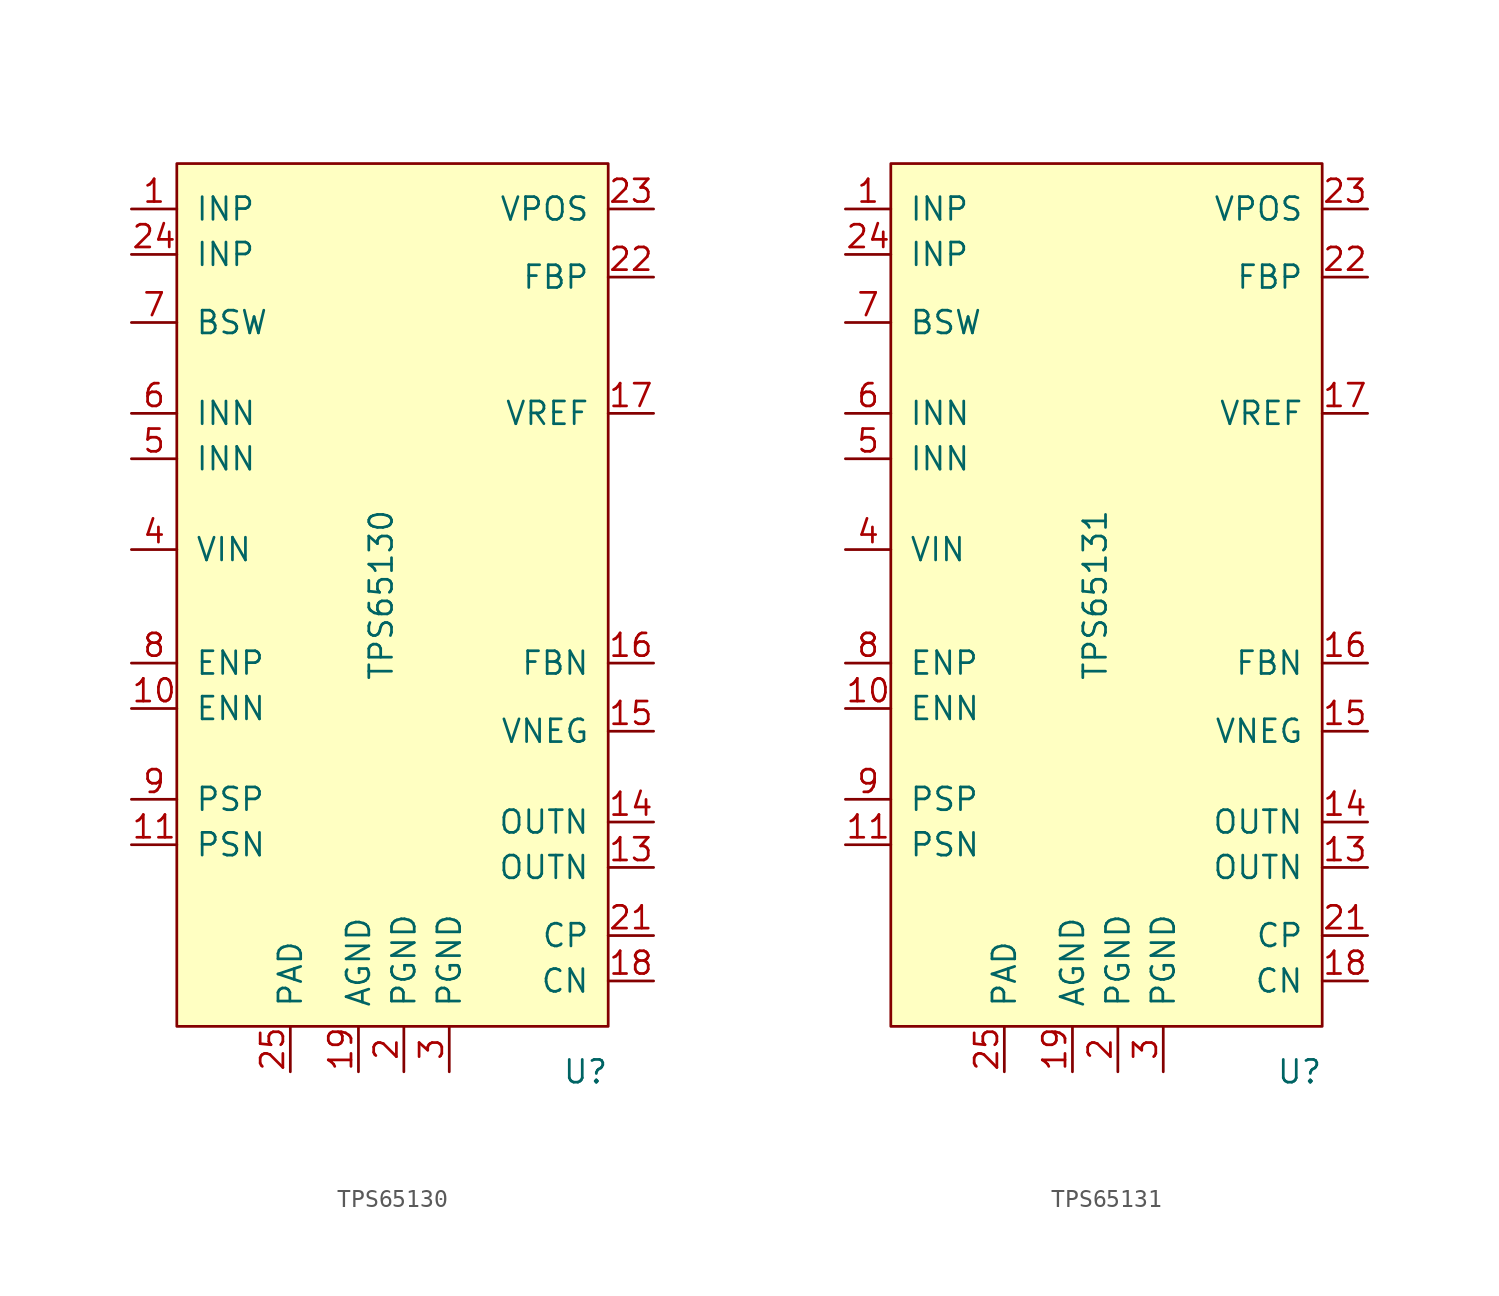
<source format=kicad_sym>
(kicad_symbol_lib
  (version 20220914)
  (generator kicad_symbol_editor)
  (symbol "TPS65130"
    (pin_names
      (offset 1.016))
    (property "Reference" "U"
      (at 11.43 -26.67 0)
      (effects (font (size 1.27 1.27))))
    (property "Value" "TPS65130"
      (at 0 0 90)
      (effects (font (size 1.27 1.27))))
    (symbol "TPS65130_0_1"
      (rectangle (start -11.43 24.13) (end 12.7 -24.13) (stroke (width 0) (type solid)) (fill (type background))))
    (symbol "TPS65130_1_1"
      (pin input line (at -13.97 21.59 0) (length 2.54) (name "INP" (effects (font (size 1.27 1.27)))) (number "1" (effects (font (size 1.27 1.27)))))
      (pin input line (at -13.97 -6.35 0) (length 2.54) (name "ENN" (effects (font (size 1.27 1.27)))) (number "10" (effects (font (size 1.27 1.27)))))
      (pin input line (at -13.97 -13.97 0) (length 2.54) (name "PSN" (effects (font (size 1.27 1.27)))) (number "11" (effects (font (size 1.27 1.27)))))
      (pin no_connect line (at -13.97 -17.78 0) (length 2.54) hide (name "NC" (effects (font (size 1.27 1.27)))) (number "12" (effects (font (size 1.27 1.27)))))
      (pin power_out line (at 15.24 -15.24 180) (length 2.54) (name "OUTN" (effects (font (size 1.27 1.27)))) (number "13" (effects (font (size 1.27 1.27)))))
      (pin power_out line (at 15.24 -12.7 180) (length 2.54) (name "OUTN" (effects (font (size 1.27 1.27)))) (number "14" (effects (font (size 1.27 1.27)))))
      (pin power_in line (at 15.24 -7.62 180) (length 2.54) (name "VNEG" (effects (font (size 1.27 1.27)))) (number "15" (effects (font (size 1.27 1.27)))))
      (pin input line (at 15.24 -3.81 180) (length 2.54) (name "FBN" (effects (font (size 1.27 1.27)))) (number "16" (effects (font (size 1.27 1.27)))))
      (pin power_out line (at 15.24 10.16 180) (length 2.54) (name "VREF" (effects (font (size 1.27 1.27)))) (number "17" (effects (font (size 1.27 1.27)))))
      (pin unspecified line (at 15.24 -21.59 180) (length 2.54) (name "CN" (effects (font (size 1.27 1.27)))) (number "18" (effects (font (size 1.27 1.27)))))
      (pin power_in line (at -1.27 -26.67 90) (length 2.54) (name "AGND" (effects (font (size 1.27 1.27)))) (number "19" (effects (font (size 1.27 1.27)))))
      (pin power_in line (at 1.27 -26.67 90) (length 2.54) (name "PGND" (effects (font (size 1.27 1.27)))) (number "2" (effects (font (size 1.27 1.27)))))
      (pin no_connect line (at -13.97 -20.32 0) (length 2.54) hide (name "NC" (effects (font (size 1.27 1.27)))) (number "20" (effects (font (size 1.27 1.27)))))
      (pin unspecified line (at 15.24 -19.05 180) (length 2.54) (name "CP" (effects (font (size 1.27 1.27)))) (number "21" (effects (font (size 1.27 1.27)))))
      (pin input line (at 15.24 17.78 180) (length 2.54) (name "FBP" (effects (font (size 1.27 1.27)))) (number "22" (effects (font (size 1.27 1.27)))))
      (pin power_in line (at 15.24 21.59 180) (length 2.54) (name "VPOS" (effects (font (size 1.27 1.27)))) (number "23" (effects (font (size 1.27 1.27)))))
      (pin input line (at -13.97 19.05 0) (length 2.54) (name "INP" (effects (font (size 1.27 1.27)))) (number "24" (effects (font (size 1.27 1.27)))))
      (pin power_out line (at -5.08 -26.67 90) (length 2.54) (name "PAD" (effects (font (size 1.27 1.27)))) (number "25" (effects (font (size 1.27 1.27)))))
      (pin power_in line (at 3.81 -26.67 90) (length 2.54) (name "PGND" (effects (font (size 1.27 1.27)))) (number "3" (effects (font (size 1.27 1.27)))))
      (pin power_in line (at -13.97 2.54 0) (length 2.54) (name "VIN" (effects (font (size 1.27 1.27)))) (number "4" (effects (font (size 1.27 1.27)))))
      (pin input line (at -13.97 7.62 0) (length 2.54) (name "INN" (effects (font (size 1.27 1.27)))) (number "5" (effects (font (size 1.27 1.27)))))
      (pin input line (at -13.97 10.16 0) (length 2.54) (name "INN" (effects (font (size 1.27 1.27)))) (number "6" (effects (font (size 1.27 1.27)))))
      (pin output line (at -13.97 15.24 0) (length 2.54) (name "BSW" (effects (font (size 1.27 1.27)))) (number "7" (effects (font (size 1.27 1.27)))))
      (pin input line (at -13.97 -3.81 0) (length 2.54) (name "ENP" (effects (font (size 1.27 1.27)))) (number "8" (effects (font (size 1.27 1.27)))))
      (pin input line (at -13.97 -11.43 0) (length 2.54) (name "PSP" (effects (font (size 1.27 1.27)))) (number "9" (effects (font (size 1.27 1.27)))))))
  (symbol "TPS65131"
    (pin_names
      (offset 1.016))
    (property "Reference" "U"
      (at 11.43 -26.67 0)
      (effects (font (size 1.27 1.27))))
    (property "Value" "TPS65131"
      (at 0 0 90)
      (effects (font (size 1.27 1.27))))
    (symbol "TPS65131_0_1"
      (rectangle (start -11.43 24.13) (end 12.7 -24.13) (stroke (width 0) (type solid)) (fill (type background))))
    (symbol "TPS65131_1_1"
      (pin input line (at -13.97 21.59 0) (length 2.54) (name "INP" (effects (font (size 1.27 1.27)))) (number "1" (effects (font (size 1.27 1.27)))))
      (pin input line (at -13.97 -6.35 0) (length 2.54) (name "ENN" (effects (font (size 1.27 1.27)))) (number "10" (effects (font (size 1.27 1.27)))))
      (pin input line (at -13.97 -13.97 0) (length 2.54) (name "PSN" (effects (font (size 1.27 1.27)))) (number "11" (effects (font (size 1.27 1.27)))))
      (pin no_connect line (at -13.97 -17.78 0) (length 2.54) hide (name "NC" (effects (font (size 1.27 1.27)))) (number "12" (effects (font (size 1.27 1.27)))))
      (pin power_out line (at 15.24 -15.24 180) (length 2.54) (name "OUTN" (effects (font (size 1.27 1.27)))) (number "13" (effects (font (size 1.27 1.27)))))
      (pin power_out line (at 15.24 -12.7 180) (length 2.54) (name "OUTN" (effects (font (size 1.27 1.27)))) (number "14" (effects (font (size 1.27 1.27)))))
      (pin power_in line (at 15.24 -7.62 180) (length 2.54) (name "VNEG" (effects (font (size 1.27 1.27)))) (number "15" (effects (font (size 1.27 1.27)))))
      (pin input line (at 15.24 -3.81 180) (length 2.54) (name "FBN" (effects (font (size 1.27 1.27)))) (number "16" (effects (font (size 1.27 1.27)))))
      (pin power_out line (at 15.24 10.16 180) (length 2.54) (name "VREF" (effects (font (size 1.27 1.27)))) (number "17" (effects (font (size 1.27 1.27)))))
      (pin unspecified line (at 15.24 -21.59 180) (length 2.54) (name "CN" (effects (font (size 1.27 1.27)))) (number "18" (effects (font (size 1.27 1.27)))))
      (pin power_in line (at -1.27 -26.67 90) (length 2.54) (name "AGND" (effects (font (size 1.27 1.27)))) (number "19" (effects (font (size 1.27 1.27)))))
      (pin power_in line (at 1.27 -26.67 90) (length 2.54) (name "PGND" (effects (font (size 1.27 1.27)))) (number "2" (effects (font (size 1.27 1.27)))))
      (pin no_connect line (at -13.97 -20.32 0) (length 2.54) hide (name "NC" (effects (font (size 1.27 1.27)))) (number "20" (effects (font (size 1.27 1.27)))))
      (pin unspecified line (at 15.24 -19.05 180) (length 2.54) (name "CP" (effects (font (size 1.27 1.27)))) (number "21" (effects (font (size 1.27 1.27)))))
      (pin input line (at 15.24 17.78 180) (length 2.54) (name "FBP" (effects (font (size 1.27 1.27)))) (number "22" (effects (font (size 1.27 1.27)))))
      (pin power_in line (at 15.24 21.59 180) (length 2.54) (name "VPOS" (effects (font (size 1.27 1.27)))) (number "23" (effects (font (size 1.27 1.27)))))
      (pin input line (at -13.97 19.05 0) (length 2.54) (name "INP" (effects (font (size 1.27 1.27)))) (number "24" (effects (font (size 1.27 1.27)))))
      (pin power_out line (at -5.08 -26.67 90) (length 2.54) (name "PAD" (effects (font (size 1.27 1.27)))) (number "25" (effects (font (size 1.27 1.27)))))
      (pin power_in line (at 3.81 -26.67 90) (length 2.54) (name "PGND" (effects (font (size 1.27 1.27)))) (number "3" (effects (font (size 1.27 1.27)))))
      (pin power_in line (at -13.97 2.54 0) (length 2.54) (name "VIN" (effects (font (size 1.27 1.27)))) (number "4" (effects (font (size 1.27 1.27)))))
      (pin input line (at -13.97 7.62 0) (length 2.54) (name "INN" (effects (font (size 1.27 1.27)))) (number "5" (effects (font (size 1.27 1.27)))))
      (pin input line (at -13.97 10.16 0) (length 2.54) (name "INN" (effects (font (size 1.27 1.27)))) (number "6" (effects (font (size 1.27 1.27)))))
      (pin output line (at -13.97 15.24 0) (length 2.54) (name "BSW" (effects (font (size 1.27 1.27)))) (number "7" (effects (font (size 1.27 1.27)))))
      (pin input line (at -13.97 -3.81 0) (length 2.54) (name "ENP" (effects (font (size 1.27 1.27)))) (number "8" (effects (font (size 1.27 1.27)))))
      (pin input line (at -13.97 -11.43 0) (length 2.54) (name "PSP" (effects (font (size 1.27 1.27)))) (number "9" (effects (font (size 1.27 1.27))))))))
</source>
